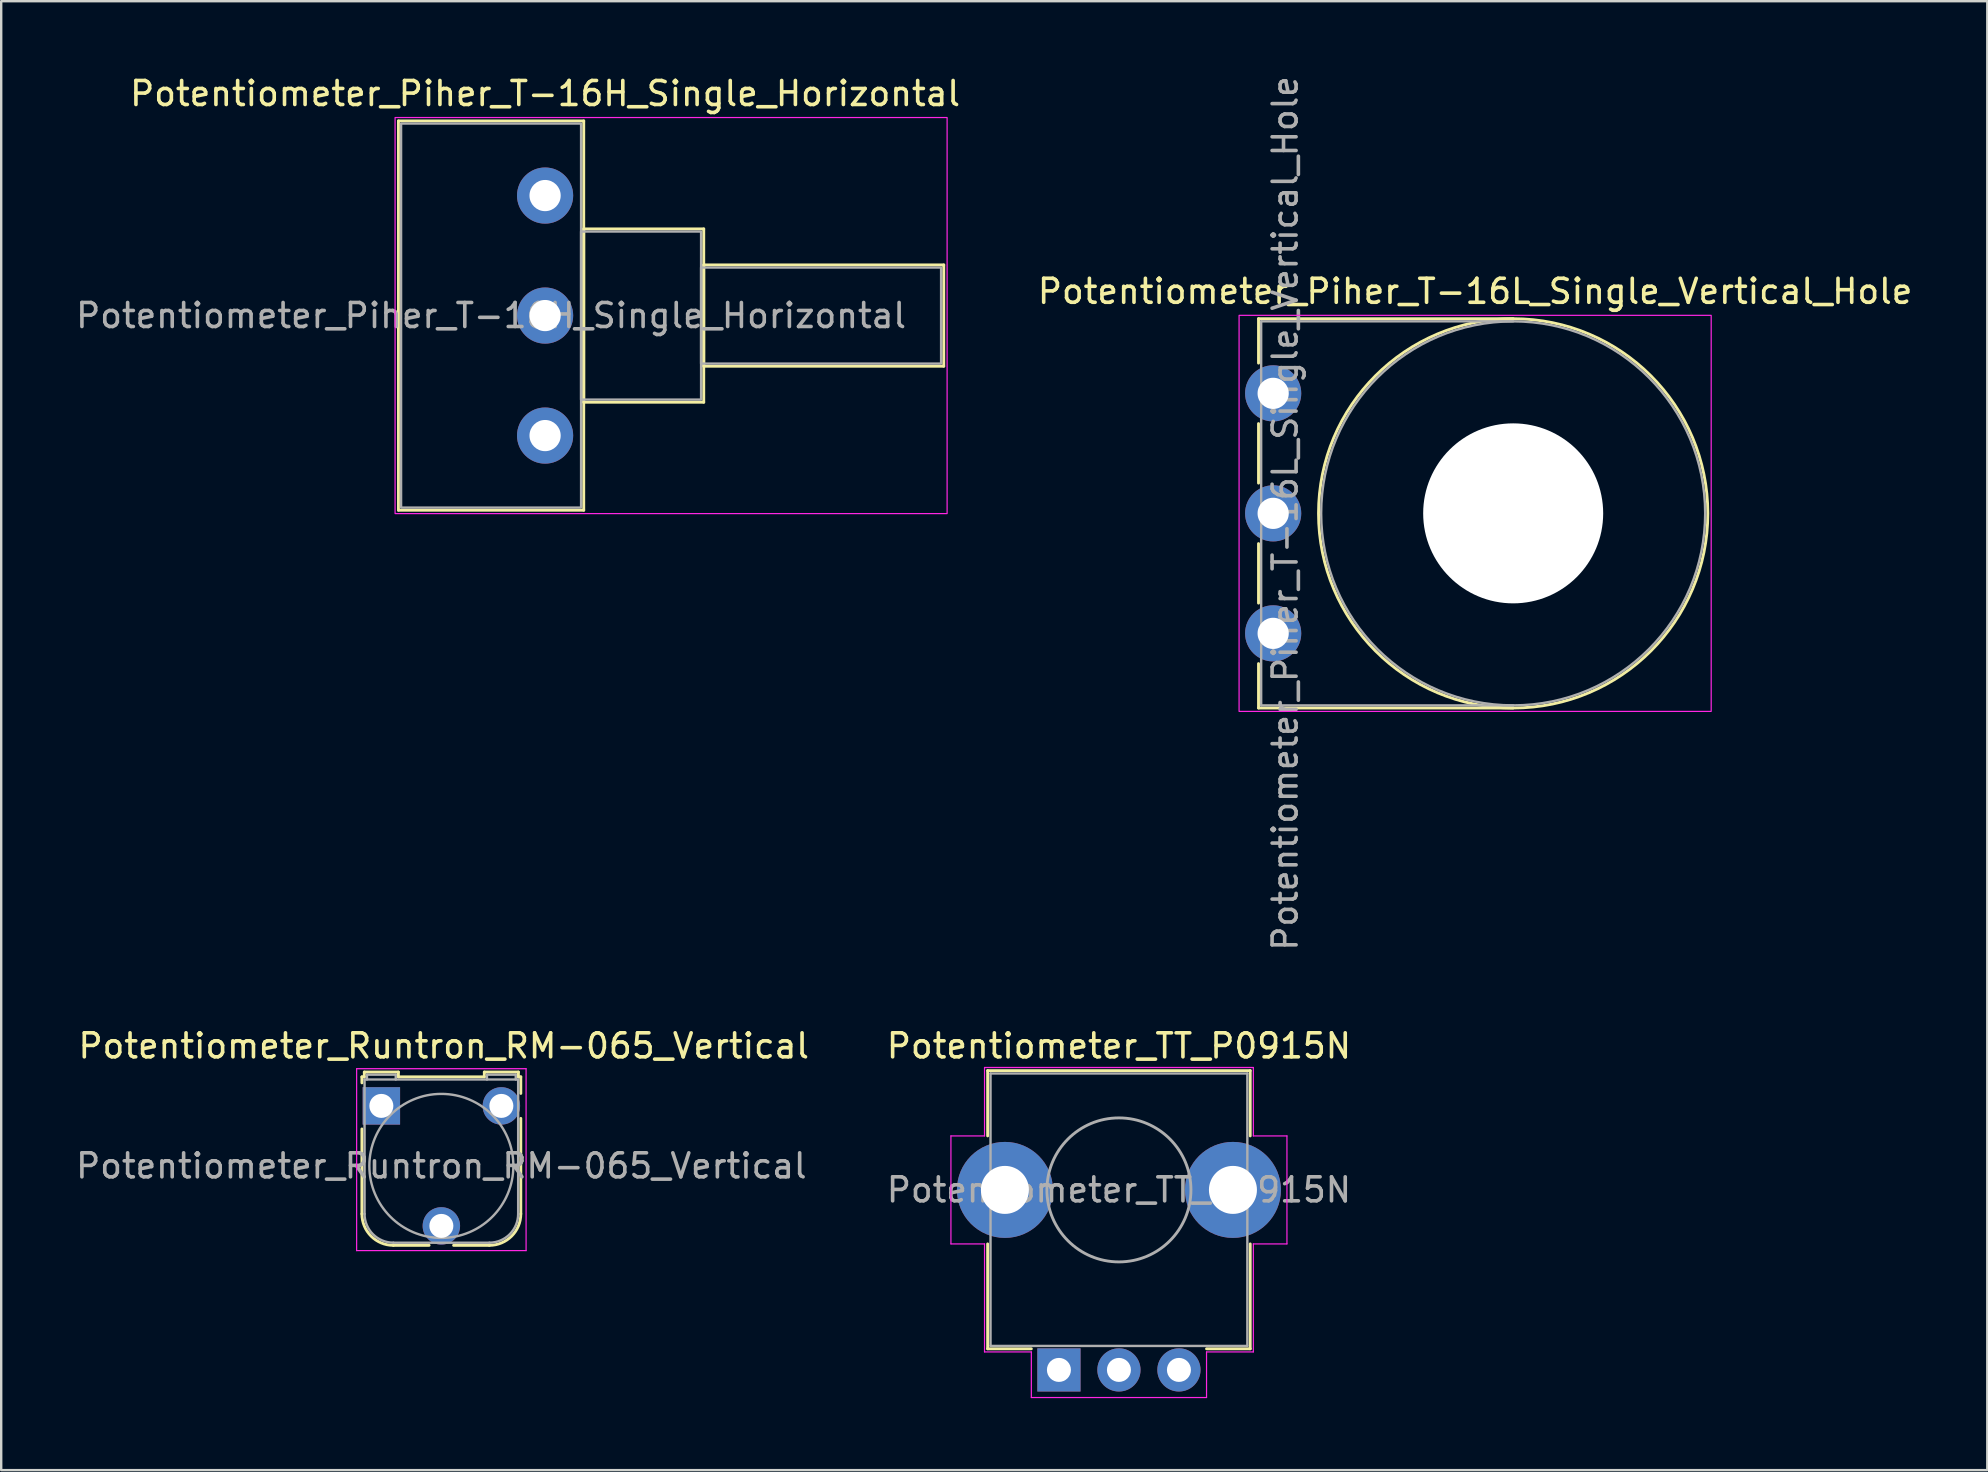
<source format=kicad_pcb>
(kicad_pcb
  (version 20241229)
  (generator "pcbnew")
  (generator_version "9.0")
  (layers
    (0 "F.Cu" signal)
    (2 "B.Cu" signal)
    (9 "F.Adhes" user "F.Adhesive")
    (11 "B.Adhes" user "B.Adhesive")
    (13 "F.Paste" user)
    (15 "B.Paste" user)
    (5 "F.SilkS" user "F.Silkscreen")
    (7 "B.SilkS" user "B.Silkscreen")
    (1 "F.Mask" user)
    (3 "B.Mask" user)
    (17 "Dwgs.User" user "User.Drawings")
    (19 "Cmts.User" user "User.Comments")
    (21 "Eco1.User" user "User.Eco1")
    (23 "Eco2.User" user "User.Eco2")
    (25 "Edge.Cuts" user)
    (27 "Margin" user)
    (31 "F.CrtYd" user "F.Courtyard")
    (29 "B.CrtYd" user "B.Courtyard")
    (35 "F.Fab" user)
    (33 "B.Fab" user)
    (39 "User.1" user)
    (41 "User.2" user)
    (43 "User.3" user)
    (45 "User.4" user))
  (footprint "Potentiometer_Piher_T-16H_Single_Horizontal"
    (layer "F.Cu")
    (at 19.661 15.098)
    (property "Reference" "Potentiometer_Piher_T-16H_Single_Horizontal" (at 0 -14.25 0) (layer "F.SilkS") (effects (font (size 1 1) (thickness 0.15))))
    (attr through_hole)
    (fp_line (start -6.11 -13.11) (end 1.61 -13.11) (stroke (width 0.12) (type solid)) (layer "F.SilkS"))
    (fp_line (start -6.11 3.11) (end -6.11 -13.11) (stroke (width 0.12) (type solid)) (layer "F.SilkS"))
    (fp_line (start 1.61 -13.11) (end 1.61 3.11) (stroke (width 0.12) (type solid)) (layer "F.SilkS"))
    (fp_line (start 1.61 -8.61) (end 6.61 -8.61) (stroke (width 0.12) (type solid)) (layer "F.SilkS"))
    (fp_line (start 1.61 -1.39) (end 1.61 -8.61) (stroke (width 0.12) (type solid)) (layer "F.SilkS"))
    (fp_line (start 1.61 3.11) (end -6.11 3.11) (stroke (width 0.12) (type solid)) (layer "F.SilkS"))
    (fp_line (start 6.61 -8.61) (end 6.61 -1.39) (stroke (width 0.12) (type solid)) (layer "F.SilkS"))
    (fp_line (start 6.61 -7.11) (end 16.61 -7.11) (stroke (width 0.12) (type solid)) (layer "F.SilkS"))
    (fp_line (start 6.61 -2.89) (end 6.61 -7.11) (stroke (width 0.12) (type solid)) (layer "F.SilkS"))
    (fp_line (start 6.61 -1.39) (end 1.61 -1.39) (stroke (width 0.12) (type solid)) (layer "F.SilkS"))
    (fp_line (start 16.61 -7.11) (end 16.61 -2.89) (stroke (width 0.12) (type solid)) (layer "F.SilkS"))
    (fp_line (start 16.61 -2.89) (end 6.61 -2.89) (stroke (width 0.12) (type solid)) (layer "F.SilkS"))
    (fp_rect (start -6.25 -13.25) (end 16.75 3.25) (stroke (width 0.05) (type solid)) (fill no) (layer "F.CrtYd"))
    (fp_rect (start -6 -13) (end 1.5 3) (stroke (width 0.1) (type solid)) (fill no) (layer "F.Fab"))
    (fp_rect (start 1.5 -8.5) (end 6.5 -1.5) (stroke (width 0.1) (type solid)) (fill no) (layer "F.Fab"))
    (fp_rect (start 6.5 -7) (end 16.5 -3) (stroke (width 0.1) (type solid)) (fill no) (layer "F.Fab"))
    (fp_text user "${REFERENCE}" (at -2.25 -5 0) (layer "F.Fab") (effects (font (size 1 1) (thickness 0.15))))
    (pad "1" thru_hole circle (at 0 0) (size 2.34 2.34) (drill 1.3) (layers "*.Cu" "*.Mask"))
    (pad "2" thru_hole circle (at 0 -5) (size 2.34 2.34) (drill 1.3) (layers "*.Cu" "*.Mask"))
    (pad "3" thru_hole circle (at 0 -10) (size 2.34 2.34) (drill 1.3) (layers "*.Cu" "*.Mask")))
  (footprint "Potentiometer_Piher_T-16L_Single_Vertical_Hole"
    (layer "F.Cu")
    (at 49.996 23.339)
    (property "Reference" "Potentiometer_Piher_T-16L_Single_Vertical_Hole" (at 8.415 -14.25 0) (layer "F.SilkS") (effects (font (size 1 1) (thickness 0.15))))
    (attr through_hole)
    (fp_line (start -0.61 -13.11) (end -0.61 -11.26) (stroke (width 0.12) (type solid)) (layer "F.SilkS"))
    (fp_line (start -0.61 -8.74) (end -0.61 -6.26) (stroke (width 0.12) (type solid)) (layer "F.SilkS"))
    (fp_line (start -0.61 -3.74) (end -0.61 -1.26) (stroke (width 0.12) (type solid)) (layer "F.SilkS"))
    (fp_line (start -0.61 1.26) (end -0.61 3.11) (stroke (width 0.12) (type solid)) (layer "F.SilkS"))
    (fp_line (start 10 -13.11) (end -0.61 -13.11) (stroke (width 0.12) (type solid)) (layer "F.SilkS"))
    (fp_line (start 10 3.11) (end -0.61 3.11) (stroke (width 0.12) (type solid)) (layer "F.SilkS"))
    (fp_circle (center 10 -5) (end 18.11 -5) (stroke (width 0.12) (type solid)) (fill no) (layer "F.SilkS"))
    (fp_rect (start -1.42 -13.25) (end 18.25 3.25) (stroke (width 0.05) (type solid)) (fill no) (layer "F.CrtYd"))
    (fp_line (start -0.5 -13) (end -0.5 3) (stroke (width 0.1) (type solid)) (layer "F.Fab"))
    (fp_line (start -0.5 3) (end 10 3) (stroke (width 0.1) (type solid)) (layer "F.Fab"))
    (fp_line (start 10 -13) (end -0.5 -13) (stroke (width 0.1) (type solid)) (layer "F.Fab"))
    (fp_circle (center 10 -5) (end 18 -5) (stroke (width 0.1) (type solid)) (fill no) (layer "F.Fab"))
    (fp_text user "${REFERENCE}" (at 0.5 -5 90) (layer "F.Fab") (effects (font (size 1 1) (thickness 0.15))))
    (pad "" np_thru_hole circle (at 10 -5) (size 7.5 7.5) (drill 7.5) (layers "*.Cu" "*.Mask"))
    (pad "1" thru_hole circle (at 0 0) (size 2.34 2.34) (drill 1.3) (layers "*.Cu" "*.Mask"))
    (pad "2" thru_hole circle (at 0 -5) (size 2.34 2.34) (drill 1.3) (layers "*.Cu" "*.Mask"))
    (pad "3" thru_hole circle (at 0 -10) (size 2.34 2.34) (drill 1.3) (layers "*.Cu" "*.Mask")))
  (footprint "Potentiometer_Runtron_RM-065_Vertical"
    (layer "F.Cu")
    (at 12.839 43.027)
    (property "Reference" "Potentiometer_Runtron_RM-065_Vertical" (at 2.6 -2.5 0) (layer "F.SilkS") (effects (font (size 1 1) (thickness 0.15))))
    (attr through_hole)
    (fp_line (start -0.81 -1.21) (end -0.81 -0.96) (stroke (width 0.12) (type solid)) (layer "F.SilkS"))
    (fp_line (start -0.81 4.5) (end -0.81 0.96) (stroke (width 0.12) (type solid)) (layer "F.SilkS"))
    (fp_line (start -0.71 -1.41) (end -0.71 -1.21) (stroke (width 0.12) (type solid)) (layer "F.SilkS"))
    (fp_line (start -0.71 -1.41) (end 0.71 -1.41) (stroke (width 0.12) (type solid)) (layer "F.SilkS"))
    (fp_line (start -0.71 -1.21) (end -0.81 -1.21) (stroke (width 0.12) (type solid)) (layer "F.SilkS"))
    (fp_line (start 0.71 -1.21) (end 0.71 -1.41) (stroke (width 0.12) (type solid)) (layer "F.SilkS"))
    (fp_line (start 0.71 -1.21) (end 4.29 -1.21) (stroke (width 0.12) (type solid)) (layer "F.SilkS"))
    (fp_line (start 1.99 5.81) (end 0.5 5.81) (stroke (width 0.12) (type solid)) (layer "F.SilkS"))
    (fp_line (start 4.29 -1.41) (end 5.71 -1.41) (stroke (width 0.12) (type solid)) (layer "F.SilkS"))
    (fp_line (start 4.29 -1.21) (end 4.29 -1.41) (stroke (width 0.12) (type solid)) (layer "F.SilkS"))
    (fp_line (start 4.5 5.81) (end 3.01 5.81) (stroke (width 0.12) (type solid)) (layer "F.SilkS"))
    (fp_line (start 5.71 -1.41) (end 5.71 -1.21) (stroke (width 0.12) (type solid)) (layer "F.SilkS"))
    (fp_line (start 5.71 -1.21) (end 5.81 -1.21) (stroke (width 0.12) (type solid)) (layer "F.SilkS"))
    (fp_line (start 5.81 -1.21) (end 5.81 -0.52) (stroke (width 0.12) (type solid)) (layer "F.SilkS"))
    (fp_line (start 5.81 0.52) (end 5.81 4.5) (stroke (width 0.12) (type solid)) (layer "F.SilkS"))
    (fp_arc (start 0.5 5.81) (mid -0.42631 5.42631) (end -0.81 4.5) (stroke (width 0.12) (type solid)) (layer "F.SilkS"))
    (fp_arc (start 5.81 4.5) (mid 5.42631 5.42631) (end 4.5 5.81) (stroke (width 0.12) (type solid)) (layer "F.SilkS"))
    (fp_line (start -1.03 -1.55) (end -1.03 6.03) (stroke (width 0.05) (type solid)) (layer "F.CrtYd"))
    (fp_line (start -1.03 -1.55) (end 6.03 -1.55) (stroke (width 0.05) (type solid)) (layer "F.CrtYd"))
    (fp_line (start 6.03 6.03) (end -1.03 6.03) (stroke (width 0.05) (type solid)) (layer "F.CrtYd"))
    (fp_line (start 6.03 6.03) (end 6.03 -1.55) (stroke (width 0.05) (type solid)) (layer "F.CrtYd"))
    (fp_line (start -0.7 4.5) (end -0.7 -1.1) (stroke (width 0.1) (type solid)) (layer "F.Fab"))
    (fp_line (start -0.6 -1.3) (end 0.6 -1.3) (stroke (width 0.1) (type solid)) (layer "F.Fab"))
    (fp_line (start -0.6 -1.1) (end -0.6 -1.3) (stroke (width 0.1) (type solid)) (layer "F.Fab"))
    (fp_line (start 0.5 5.7) (end 4.5 5.7) (stroke (width 0.1) (type solid)) (layer "F.Fab"))
    (fp_line (start 0.6 -1.3) (end 0.6 -1.1) (stroke (width 0.1) (type solid)) (layer "F.Fab"))
    (fp_line (start 4.4 -1.3) (end 4.4 -1.1) (stroke (width 0.1) (type solid)) (layer "F.Fab"))
    (fp_line (start 5.6 -1.3) (end 4.41 -1.3) (stroke (width 0.1) (type solid)) (layer "F.Fab"))
    (fp_line (start 5.6 -1.1) (end 5.6 -1.3) (stroke (width 0.1) (type solid)) (layer "F.Fab"))
    (fp_line (start 5.7 -1.1) (end -0.7 -1.1) (stroke (width 0.1) (type solid)) (layer "F.Fab"))
    (fp_line (start 5.7 4.5) (end 5.7 -1.1) (stroke (width 0.1) (type solid)) (layer "F.Fab"))
    (fp_arc (start 0.5 5.7) (mid -0.348528 5.348528) (end -0.7 4.5) (stroke (width 0.1) (type solid)) (layer "F.Fab"))
    (fp_arc (start 5.7 4.5) (mid 5.348528 5.348528) (end 4.5 5.7) (stroke (width 0.1) (type solid)) (layer "F.Fab"))
    (fp_circle (center 2.5 2.5) (end 5.5 2.5) (stroke (width 0.1) (type solid)) (fill no) (layer "F.Fab"))
    (fp_text user "${REFERENCE}" (at 2.5 2.5 0) (layer "F.Fab") (effects (font (size 1 1) (thickness 0.15))))
    (pad "1" thru_hole rect (at 0 0) (size 1.56 1.56) (drill 1) (layers "*.Cu" "*.Mask"))
    (pad "2" thru_hole circle (at 2.5 5) (size 1.56 1.56) (drill 1) (layers "*.Cu" "*.Mask"))
    (pad "3" thru_hole circle (at 5 0) (size 1.56 1.56) (drill 1) (layers "*.Cu" "*.Mask")))
  (footprint "Potentiometer_TT_P0915N"
    (layer "F.Cu")
    (at 41.07 54.027)
    (property "Reference" "Potentiometer_TT_P0915N" (at 2.5 -13.5 0) (layer "F.SilkS") (effects (font (size 1 1) (thickness 0.15))))
    (attr through_hole)
    (fp_line (start -2.97 -12.47) (end -2.97 -9.75) (stroke (width 0.12) (type solid)) (layer "F.SilkS"))
    (fp_line (start -2.97 -5.25) (end -2.97 -0.88) (stroke (width 0.12) (type solid)) (layer "F.SilkS"))
    (fp_line (start -1.15 -0.88) (end -2.97 -0.88) (stroke (width 0.12) (type solid)) (layer "F.SilkS"))
    (fp_line (start 7.97 -12.47) (end -2.97 -12.47) (stroke (width 0.12) (type solid)) (layer "F.SilkS"))
    (fp_line (start 7.97 -12.47) (end 7.97 -9.75) (stroke (width 0.12) (type solid)) (layer "F.SilkS"))
    (fp_line (start 7.97 -5.25) (end 7.97 -0.88) (stroke (width 0.12) (type solid)) (layer "F.SilkS"))
    (fp_line (start 7.97 -0.88) (end 6.15 -0.88) (stroke (width 0.12) (type solid)) (layer "F.SilkS"))
    (fp_line (start -4.5 -5.25) (end -4.5 -9.75) (stroke (width 0.05) (type solid)) (layer "F.CrtYd"))
    (fp_line (start -3.1 -12.6) (end 8.1 -12.6) (stroke (width 0.05) (type solid)) (layer "F.CrtYd"))
    (fp_line (start -3.1 -9.75) (end -4.5 -9.75) (stroke (width 0.05) (type solid)) (layer "F.CrtYd"))
    (fp_line (start -3.1 -9.75) (end -3.1 -12.6) (stroke (width 0.05) (type solid)) (layer "F.CrtYd"))
    (fp_line (start -3.1 -5.25) (end -4.5 -5.25) (stroke (width 0.05) (type solid)) (layer "F.CrtYd"))
    (fp_line (start -3.1 -0.75) (end -3.1 -5.25) (stroke (width 0.05) (type solid)) (layer "F.CrtYd"))
    (fp_line (start -1.15 -0.75) (end -3.1 -0.75) (stroke (width 0.05) (type solid)) (layer "F.CrtYd"))
    (fp_line (start -1.15 1.15) (end -1.15 -0.75) (stroke (width 0.05) (type solid)) (layer "F.CrtYd"))
    (fp_line (start 6.15 1.15) (end -1.15 1.15) (stroke (width 0.05) (type solid)) (layer "F.CrtYd"))
    (fp_line (start 6.15 1.15) (end 6.15 -0.75) (stroke (width 0.05) (type solid)) (layer "F.CrtYd"))
    (fp_line (start 8.1 -9.75) (end 8.1 -12.6) (stroke (width 0.05) (type solid)) (layer "F.CrtYd"))
    (fp_line (start 8.1 -0.75) (end 6.15 -0.75) (stroke (width 0.05) (type solid)) (layer "F.CrtYd"))
    (fp_line (start 8.1 -0.75) (end 8.1 -5.25) (stroke (width 0.05) (type solid)) (layer "F.CrtYd"))
    (fp_line (start 9.5 -9.75) (end 8.1 -9.75) (stroke (width 0.05) (type solid)) (layer "F.CrtYd"))
    (fp_line (start 9.5 -5.25) (end 8.1 -5.25) (stroke (width 0.05) (type solid)) (layer "F.CrtYd"))
    (fp_line (start 9.5 -5.25) (end 9.5 -9.75) (stroke (width 0.05) (type solid)) (layer "F.CrtYd"))
    (fp_line (start -2.85 -12.35) (end 7.85 -12.35) (stroke (width 0.1) (type solid)) (layer "F.Fab"))
    (fp_line (start -2.85 -1) (end -2.85 -12.35) (stroke (width 0.1) (type solid)) (layer "F.Fab"))
    (fp_line (start 7.85 -12.35) (end 7.85 -1) (stroke (width 0.1) (type solid)) (layer "F.Fab"))
    (fp_line (start 7.85 -1) (end -2.85 -1) (stroke (width 0.1) (type solid)) (layer "F.Fab"))
    (fp_circle (center 2.5 -7.5) (end 5.5 -7.5) (stroke (width 0.12) (type solid)) (fill no) (layer "F.Fab"))
    (fp_text user "${REFERENCE}" (at 2.5 -7.5 0) (layer "F.Fab") (effects (font (size 1 1) (thickness 0.15))))
    (pad "" thru_hole oval (at -2.25 -7.5) (size 4 4) (drill 2) (layers "*.Cu" "*.Mask"))
    (pad "" thru_hole oval (at 7.25 -7.5) (size 4 4) (drill 2) (layers "*.Cu" "*.Mask"))
    (pad "1" thru_hole rect (at 0 0) (size 1.8 1.8) (drill 1) (layers "*.Cu" "*.Mask"))
    (pad "2" thru_hole circle (at 2.5 0) (size 1.8 1.8) (drill 1) (layers "*.Cu" "*.Mask"))
    (pad "3" thru_hole circle (at 5 0) (size 1.8 1.8) (drill 1) (layers "*.Cu" "*.Mask")))
  (gr_rect
    (start -3 -3)
    (end 79.75 58.202)
    (stroke (width 0.1) (type default))
    (fill no)
    (layer "Edge.Cuts")))
</source>
